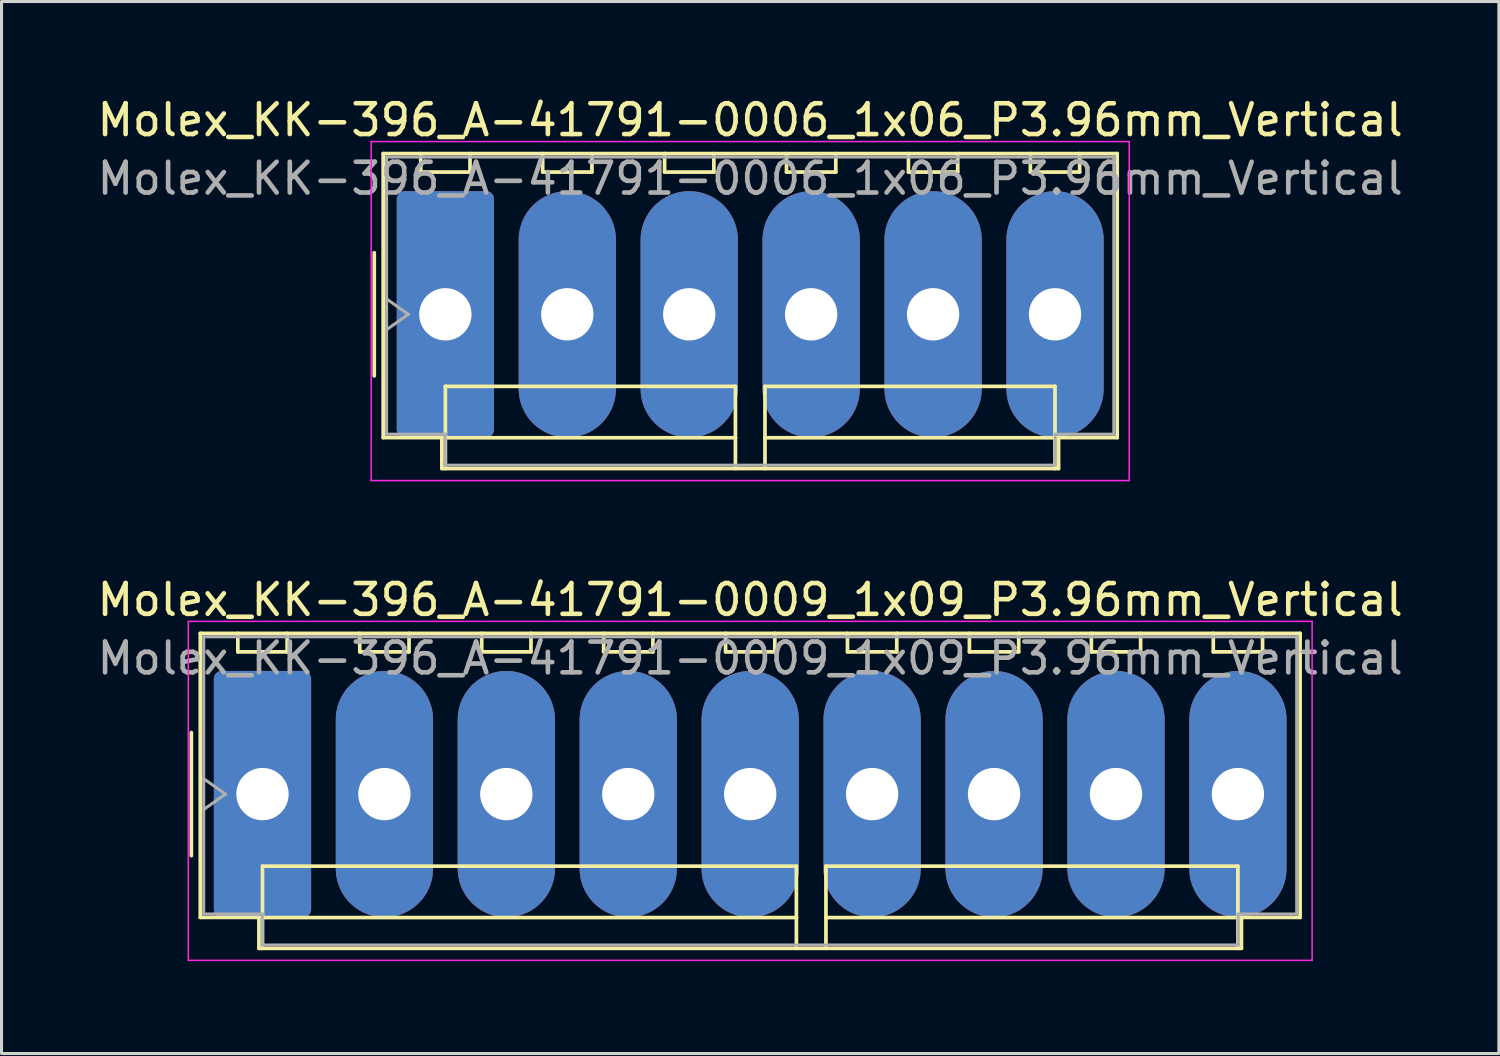
<source format=kicad_pcb>
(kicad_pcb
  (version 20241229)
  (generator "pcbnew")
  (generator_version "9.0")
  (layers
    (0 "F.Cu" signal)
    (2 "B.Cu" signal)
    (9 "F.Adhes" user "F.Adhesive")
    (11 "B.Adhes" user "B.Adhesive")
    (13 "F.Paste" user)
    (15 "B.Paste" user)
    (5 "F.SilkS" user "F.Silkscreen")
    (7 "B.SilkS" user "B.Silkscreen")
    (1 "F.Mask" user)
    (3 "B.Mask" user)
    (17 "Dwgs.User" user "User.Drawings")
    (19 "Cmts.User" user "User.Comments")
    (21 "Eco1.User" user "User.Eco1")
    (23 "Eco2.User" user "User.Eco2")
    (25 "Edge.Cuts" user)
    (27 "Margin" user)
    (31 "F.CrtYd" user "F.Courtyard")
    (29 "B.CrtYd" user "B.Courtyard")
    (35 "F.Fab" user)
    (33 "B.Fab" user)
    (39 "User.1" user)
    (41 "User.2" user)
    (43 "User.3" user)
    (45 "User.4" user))
  (footprint "Molex_KK-396_A-41791-0009_1x09_P3.96mm_Vertical"
    (layer "F.Cu")
    (at 5.475 22.741)
    (property "Reference" "Molex_KK-396_A-41791-0009_1x09_P3.96mm_Vertical" (at 15.84 -6.31 0) (layer "F.SilkS") (effects (font (size 1 1) (thickness 0.15))))
    (attr through_hole)
    (fp_line (start -2.31 -2) (end -2.31 2) (stroke (width 0.12) (type solid)) (layer "F.SilkS"))
    (fp_line (start -2.02 -5.22) (end 33.7 -5.22) (stroke (width 0.12) (type solid)) (layer "F.SilkS"))
    (fp_line (start -2.02 4.005) (end -2.02 -5.22) (stroke (width 0.12) (type solid)) (layer "F.SilkS"))
    (fp_line (start -0.8 -5.22) (end -0.8 -4.62) (stroke (width 0.12) (type solid)) (layer "F.SilkS"))
    (fp_line (start -0.8 -4.62) (end 0.8 -4.62) (stroke (width 0.12) (type solid)) (layer "F.SilkS"))
    (fp_line (start -0.115 4.005) (end -2.02 4.005) (stroke (width 0.12) (type solid)) (layer "F.SilkS"))
    (fp_line (start -0.115 5.01) (end -0.115 4.005) (stroke (width 0.12) (type solid)) (layer "F.SilkS"))
    (fp_line (start 0 2.34) (end 17.34 2.34) (stroke (width 0.12) (type solid)) (layer "F.SilkS"))
    (fp_line (start 0 4.01) (end 0 2.34) (stroke (width 0.12) (type solid)) (layer "F.SilkS"))
    (fp_line (start 0 4.01) (end 17.34 4.01) (stroke (width 0.12) (type solid)) (layer "F.SilkS"))
    (fp_line (start 0 5.01) (end 0 4.01) (stroke (width 0.12) (type solid)) (layer "F.SilkS"))
    (fp_line (start 0.8 -4.62) (end 0.8 -5.22) (stroke (width 0.12) (type solid)) (layer "F.SilkS"))
    (fp_line (start 3.16 -5.22) (end 3.16 -4.62) (stroke (width 0.12) (type solid)) (layer "F.SilkS"))
    (fp_line (start 3.16 -4.62) (end 4.76 -4.62) (stroke (width 0.12) (type solid)) (layer "F.SilkS"))
    (fp_line (start 4.76 -4.62) (end 4.76 -5.22) (stroke (width 0.12) (type solid)) (layer "F.SilkS"))
    (fp_line (start 7.12 -5.22) (end 7.12 -4.62) (stroke (width 0.12) (type solid)) (layer "F.SilkS"))
    (fp_line (start 7.12 -4.62) (end 8.72 -4.62) (stroke (width 0.12) (type solid)) (layer "F.SilkS"))
    (fp_line (start 8.72 -4.62) (end 8.72 -5.22) (stroke (width 0.12) (type solid)) (layer "F.SilkS"))
    (fp_line (start 11.08 -5.22) (end 11.08 -4.62) (stroke (width 0.12) (type solid)) (layer "F.SilkS"))
    (fp_line (start 11.08 -4.62) (end 12.68 -4.62) (stroke (width 0.12) (type solid)) (layer "F.SilkS"))
    (fp_line (start 12.68 -4.62) (end 12.68 -5.22) (stroke (width 0.12) (type solid)) (layer "F.SilkS"))
    (fp_line (start 15.04 -5.22) (end 15.04 -4.62) (stroke (width 0.12) (type solid)) (layer "F.SilkS"))
    (fp_line (start 15.04 -4.62) (end 16.64 -4.62) (stroke (width 0.12) (type solid)) (layer "F.SilkS"))
    (fp_line (start 16.64 -4.62) (end 16.64 -5.22) (stroke (width 0.12) (type solid)) (layer "F.SilkS"))
    (fp_line (start 17.34 2.34) (end 17.34 4.01) (stroke (width 0.12) (type solid)) (layer "F.SilkS"))
    (fp_line (start 17.34 4.01) (end 17.34 5.01) (stroke (width 0.12) (type solid)) (layer "F.SilkS"))
    (fp_line (start 18.3 2.34) (end 31.68 2.34) (stroke (width 0.12) (type solid)) (layer "F.SilkS"))
    (fp_line (start 18.3 4.01) (end 18.3 2.34) (stroke (width 0.12) (type solid)) (layer "F.SilkS"))
    (fp_line (start 18.3 4.01) (end 31.68 4.01) (stroke (width 0.12) (type solid)) (layer "F.SilkS"))
    (fp_line (start 18.3 5.01) (end 18.3 4.01) (stroke (width 0.12) (type solid)) (layer "F.SilkS"))
    (fp_line (start 19 -5.22) (end 19 -4.62) (stroke (width 0.12) (type solid)) (layer "F.SilkS"))
    (fp_line (start 19 -4.62) (end 20.6 -4.62) (stroke (width 0.12) (type solid)) (layer "F.SilkS"))
    (fp_line (start 20.6 -4.62) (end 20.6 -5.22) (stroke (width 0.12) (type solid)) (layer "F.SilkS"))
    (fp_line (start 22.96 -5.22) (end 22.96 -4.62) (stroke (width 0.12) (type solid)) (layer "F.SilkS"))
    (fp_line (start 22.96 -4.62) (end 24.56 -4.62) (stroke (width 0.12) (type solid)) (layer "F.SilkS"))
    (fp_line (start 24.56 -4.62) (end 24.56 -5.22) (stroke (width 0.12) (type solid)) (layer "F.SilkS"))
    (fp_line (start 26.92 -5.22) (end 26.92 -4.62) (stroke (width 0.12) (type solid)) (layer "F.SilkS"))
    (fp_line (start 26.92 -4.62) (end 28.52 -4.62) (stroke (width 0.12) (type solid)) (layer "F.SilkS"))
    (fp_line (start 28.52 -4.62) (end 28.52 -5.22) (stroke (width 0.12) (type solid)) (layer "F.SilkS"))
    (fp_line (start 30.88 -5.22) (end 30.88 -4.62) (stroke (width 0.12) (type solid)) (layer "F.SilkS"))
    (fp_line (start 30.88 -4.62) (end 32.48 -4.62) (stroke (width 0.12) (type solid)) (layer "F.SilkS"))
    (fp_line (start 31.68 2.34) (end 31.68 4.01) (stroke (width 0.12) (type solid)) (layer "F.SilkS"))
    (fp_line (start 31.68 4.01) (end 31.68 5.01) (stroke (width 0.12) (type solid)) (layer "F.SilkS"))
    (fp_line (start 31.795 4.005) (end 31.795 5.01) (stroke (width 0.12) (type solid)) (layer "F.SilkS"))
    (fp_line (start 31.795 5.01) (end -0.115 5.01) (stroke (width 0.12) (type solid)) (layer "F.SilkS"))
    (fp_line (start 32.48 -4.62) (end 32.48 -5.22) (stroke (width 0.12) (type solid)) (layer "F.SilkS"))
    (fp_line (start 33.7 -5.22) (end 33.7 4.005) (stroke (width 0.12) (type solid)) (layer "F.SilkS"))
    (fp_line (start 33.7 4.005) (end 31.795 4.005) (stroke (width 0.12) (type solid)) (layer "F.SilkS"))
    (fp_line (start -2.41 -5.61) (end -2.41 5.4) (stroke (width 0.05) (type solid)) (layer "F.CrtYd"))
    (fp_line (start -2.41 5.4) (end 34.09 5.4) (stroke (width 0.05) (type solid)) (layer "F.CrtYd"))
    (fp_line (start 34.09 -5.61) (end -2.41 -5.61) (stroke (width 0.05) (type solid)) (layer "F.CrtYd"))
    (fp_line (start 34.09 5.4) (end 34.09 -5.61) (stroke (width 0.05) (type solid)) (layer "F.CrtYd"))
    (fp_line (start -1.91 -5.11) (end 33.59 -5.11) (stroke (width 0.1) (type solid)) (layer "F.Fab"))
    (fp_line (start -1.91 -0.5) (end -1.203 0) (stroke (width 0.1) (type solid)) (layer "F.Fab"))
    (fp_line (start -1.91 3.895) (end -1.91 -5.11) (stroke (width 0.1) (type solid)) (layer "F.Fab"))
    (fp_line (start -1.203 0) (end -1.91 0.5) (stroke (width 0.1) (type solid)) (layer "F.Fab"))
    (fp_line (start -0.005 3.895) (end -1.91 3.895) (stroke (width 0.1) (type solid)) (layer "F.Fab"))
    (fp_line (start -0.005 4.9) (end -0.005 3.895) (stroke (width 0.1) (type solid)) (layer "F.Fab"))
    (fp_line (start 31.685 3.895) (end 31.685 4.9) (stroke (width 0.1) (type solid)) (layer "F.Fab"))
    (fp_line (start 31.685 4.9) (end -0.005 4.9) (stroke (width 0.1) (type solid)) (layer "F.Fab"))
    (fp_line (start 33.59 -5.11) (end 33.59 3.895) (stroke (width 0.1) (type solid)) (layer "F.Fab"))
    (fp_line (start 33.59 3.895) (end 31.685 3.895) (stroke (width 0.1) (type solid)) (layer "F.Fab"))
    (fp_text user "${REFERENCE}" (at 15.84 -4.41 0) (layer "F.Fab") (effects (font (size 1 1) (thickness 0.15))))
    (pad "1" thru_hole roundrect (at 0 0) (size 3.16 8) (drill 1.7) (layers "*.Cu" "*.Mask") (roundrect_rratio 0.079))
    (pad "2" thru_hole oval (at 3.96 0) (size 3.16 8) (drill 1.7) (layers "*.Cu" "*.Mask"))
    (pad "3" thru_hole oval (at 7.92 0) (size 3.16 8) (drill 1.7) (layers "*.Cu" "*.Mask"))
    (pad "4" thru_hole oval (at 11.88 0) (size 3.16 8) (drill 1.7) (layers "*.Cu" "*.Mask"))
    (pad "5" thru_hole oval (at 15.84 0) (size 3.16 8) (drill 1.7) (layers "*.Cu" "*.Mask"))
    (pad "6" thru_hole oval (at 19.8 0) (size 3.16 8) (drill 1.7) (layers "*.Cu" "*.Mask"))
    (pad "7" thru_hole oval (at 23.76 0) (size 3.16 8) (drill 1.7) (layers "*.Cu" "*.Mask"))
    (pad "8" thru_hole oval (at 27.72 0) (size 3.16 8) (drill 1.7) (layers "*.Cu" "*.Mask"))
    (pad "9" thru_hole oval (at 31.68 0) (size 3.16 8) (drill 1.7) (layers "*.Cu" "*.Mask")))
  (footprint "Molex_KK-396_A-41791-0006_1x06_P3.96mm_Vertical"
    (layer "F.Cu")
    (at 11.415 7.158)
    (property "Reference" "Molex_KK-396_A-41791-0006_1x06_P3.96mm_Vertical" (at 9.9 -6.31 0) (layer "F.SilkS") (effects (font (size 1 1) (thickness 0.15))))
    (attr through_hole)
    (fp_line (start -2.31 -2) (end -2.31 2) (stroke (width 0.12) (type solid)) (layer "F.SilkS"))
    (fp_line (start -2.02 -5.22) (end 21.82 -5.22) (stroke (width 0.12) (type solid)) (layer "F.SilkS"))
    (fp_line (start -2.02 4.005) (end -2.02 -5.22) (stroke (width 0.12) (type solid)) (layer "F.SilkS"))
    (fp_line (start -0.8 -5.22) (end -0.8 -4.62) (stroke (width 0.12) (type solid)) (layer "F.SilkS"))
    (fp_line (start -0.8 -4.62) (end 0.8 -4.62) (stroke (width 0.12) (type solid)) (layer "F.SilkS"))
    (fp_line (start -0.115 4.005) (end -2.02 4.005) (stroke (width 0.12) (type solid)) (layer "F.SilkS"))
    (fp_line (start -0.115 5.01) (end -0.115 4.005) (stroke (width 0.12) (type solid)) (layer "F.SilkS"))
    (fp_line (start 0 2.34) (end 9.42 2.34) (stroke (width 0.12) (type solid)) (layer "F.SilkS"))
    (fp_line (start 0 4.01) (end 0 2.34) (stroke (width 0.12) (type solid)) (layer "F.SilkS"))
    (fp_line (start 0 4.01) (end 9.42 4.01) (stroke (width 0.12) (type solid)) (layer "F.SilkS"))
    (fp_line (start 0 5.01) (end 0 4.01) (stroke (width 0.12) (type solid)) (layer "F.SilkS"))
    (fp_line (start 0.8 -4.62) (end 0.8 -5.22) (stroke (width 0.12) (type solid)) (layer "F.SilkS"))
    (fp_line (start 3.16 -5.22) (end 3.16 -4.62) (stroke (width 0.12) (type solid)) (layer "F.SilkS"))
    (fp_line (start 3.16 -4.62) (end 4.76 -4.62) (stroke (width 0.12) (type solid)) (layer "F.SilkS"))
    (fp_line (start 4.76 -4.62) (end 4.76 -5.22) (stroke (width 0.12) (type solid)) (layer "F.SilkS"))
    (fp_line (start 7.12 -5.22) (end 7.12 -4.62) (stroke (width 0.12) (type solid)) (layer "F.SilkS"))
    (fp_line (start 7.12 -4.62) (end 8.72 -4.62) (stroke (width 0.12) (type solid)) (layer "F.SilkS"))
    (fp_line (start 8.72 -4.62) (end 8.72 -5.22) (stroke (width 0.12) (type solid)) (layer "F.SilkS"))
    (fp_line (start 9.42 2.34) (end 9.42 4.01) (stroke (width 0.12) (type solid)) (layer "F.SilkS"))
    (fp_line (start 9.42 4.01) (end 9.42 5.01) (stroke (width 0.12) (type solid)) (layer "F.SilkS"))
    (fp_line (start 10.38 2.34) (end 19.8 2.34) (stroke (width 0.12) (type solid)) (layer "F.SilkS"))
    (fp_line (start 10.38 4.01) (end 10.38 2.34) (stroke (width 0.12) (type solid)) (layer "F.SilkS"))
    (fp_line (start 10.38 4.01) (end 19.8 4.01) (stroke (width 0.12) (type solid)) (layer "F.SilkS"))
    (fp_line (start 10.38 5.01) (end 10.38 4.01) (stroke (width 0.12) (type solid)) (layer "F.SilkS"))
    (fp_line (start 11.08 -5.22) (end 11.08 -4.62) (stroke (width 0.12) (type solid)) (layer "F.SilkS"))
    (fp_line (start 11.08 -4.62) (end 12.68 -4.62) (stroke (width 0.12) (type solid)) (layer "F.SilkS"))
    (fp_line (start 12.68 -4.62) (end 12.68 -5.22) (stroke (width 0.12) (type solid)) (layer "F.SilkS"))
    (fp_line (start 15.04 -5.22) (end 15.04 -4.62) (stroke (width 0.12) (type solid)) (layer "F.SilkS"))
    (fp_line (start 15.04 -4.62) (end 16.64 -4.62) (stroke (width 0.12) (type solid)) (layer "F.SilkS"))
    (fp_line (start 16.64 -4.62) (end 16.64 -5.22) (stroke (width 0.12) (type solid)) (layer "F.SilkS"))
    (fp_line (start 19 -5.22) (end 19 -4.62) (stroke (width 0.12) (type solid)) (layer "F.SilkS"))
    (fp_line (start 19 -4.62) (end 20.6 -4.62) (stroke (width 0.12) (type solid)) (layer "F.SilkS"))
    (fp_line (start 19.8 2.34) (end 19.8 4.01) (stroke (width 0.12) (type solid)) (layer "F.SilkS"))
    (fp_line (start 19.8 4.01) (end 19.8 5.01) (stroke (width 0.12) (type solid)) (layer "F.SilkS"))
    (fp_line (start 19.915 4.005) (end 19.915 5.01) (stroke (width 0.12) (type solid)) (layer "F.SilkS"))
    (fp_line (start 19.915 5.01) (end -0.115 5.01) (stroke (width 0.12) (type solid)) (layer "F.SilkS"))
    (fp_line (start 20.6 -4.62) (end 20.6 -5.22) (stroke (width 0.12) (type solid)) (layer "F.SilkS"))
    (fp_line (start 21.82 -5.22) (end 21.82 4.005) (stroke (width 0.12) (type solid)) (layer "F.SilkS"))
    (fp_line (start 21.82 4.005) (end 19.915 4.005) (stroke (width 0.12) (type solid)) (layer "F.SilkS"))
    (fp_line (start -2.41 -5.61) (end -2.41 5.4) (stroke (width 0.05) (type solid)) (layer "F.CrtYd"))
    (fp_line (start -2.41 5.4) (end 22.21 5.4) (stroke (width 0.05) (type solid)) (layer "F.CrtYd"))
    (fp_line (start 22.21 -5.61) (end -2.41 -5.61) (stroke (width 0.05) (type solid)) (layer "F.CrtYd"))
    (fp_line (start 22.21 5.4) (end 22.21 -5.61) (stroke (width 0.05) (type solid)) (layer "F.CrtYd"))
    (fp_line (start -1.91 -5.11) (end 21.71 -5.11) (stroke (width 0.1) (type solid)) (layer "F.Fab"))
    (fp_line (start -1.91 -0.5) (end -1.203 0) (stroke (width 0.1) (type solid)) (layer "F.Fab"))
    (fp_line (start -1.91 3.895) (end -1.91 -5.11) (stroke (width 0.1) (type solid)) (layer "F.Fab"))
    (fp_line (start -1.203 0) (end -1.91 0.5) (stroke (width 0.1) (type solid)) (layer "F.Fab"))
    (fp_line (start -0.005 3.895) (end -1.91 3.895) (stroke (width 0.1) (type solid)) (layer "F.Fab"))
    (fp_line (start -0.005 4.9) (end -0.005 3.895) (stroke (width 0.1) (type solid)) (layer "F.Fab"))
    (fp_line (start 19.805 3.895) (end 19.805 4.9) (stroke (width 0.1) (type solid)) (layer "F.Fab"))
    (fp_line (start 19.805 4.9) (end -0.005 4.9) (stroke (width 0.1) (type solid)) (layer "F.Fab"))
    (fp_line (start 21.71 -5.11) (end 21.71 3.895) (stroke (width 0.1) (type solid)) (layer "F.Fab"))
    (fp_line (start 21.71 3.895) (end 19.805 3.895) (stroke (width 0.1) (type solid)) (layer "F.Fab"))
    (fp_text user "${REFERENCE}" (at 9.9 -4.41 0) (layer "F.Fab") (effects (font (size 1 1) (thickness 0.15))))
    (pad "1" thru_hole roundrect (at 0 0) (size 3.16 8) (drill 1.7) (layers "*.Cu" "*.Mask") (roundrect_rratio 0.079))
    (pad "2" thru_hole oval (at 3.96 0) (size 3.16 8) (drill 1.7) (layers "*.Cu" "*.Mask"))
    (pad "3" thru_hole oval (at 7.92 0) (size 3.16 8) (drill 1.7) (layers "*.Cu" "*.Mask"))
    (pad "4" thru_hole oval (at 11.88 0) (size 3.16 8) (drill 1.7) (layers "*.Cu" "*.Mask"))
    (pad "5" thru_hole oval (at 15.84 0) (size 3.16 8) (drill 1.7) (layers "*.Cu" "*.Mask"))
    (pad "6" thru_hole oval (at 19.8 0) (size 3.16 8) (drill 1.7) (layers "*.Cu" "*.Mask")))
  (gr_rect
    (start -3 -3)
    (end 45.631 31.166)
    (stroke (width 0.1) (type default))
    (fill no)
    (layer "Edge.Cuts")))
</source>
